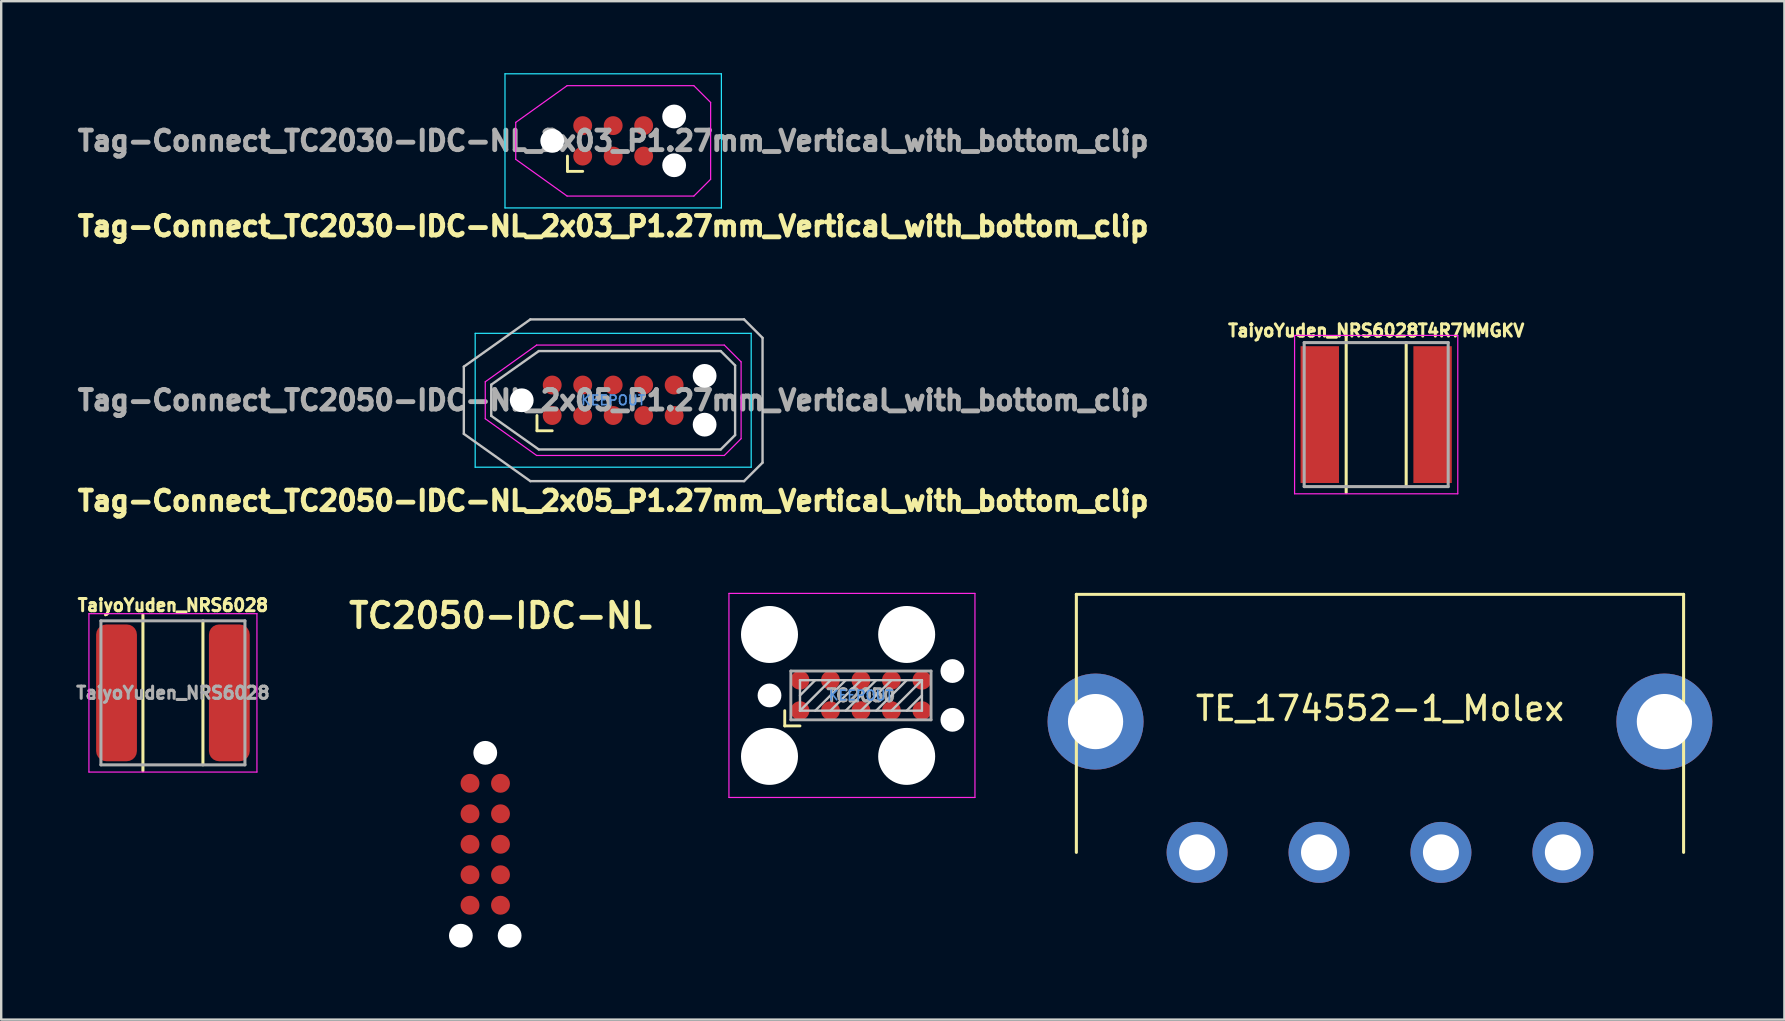
<source format=kicad_pcb>
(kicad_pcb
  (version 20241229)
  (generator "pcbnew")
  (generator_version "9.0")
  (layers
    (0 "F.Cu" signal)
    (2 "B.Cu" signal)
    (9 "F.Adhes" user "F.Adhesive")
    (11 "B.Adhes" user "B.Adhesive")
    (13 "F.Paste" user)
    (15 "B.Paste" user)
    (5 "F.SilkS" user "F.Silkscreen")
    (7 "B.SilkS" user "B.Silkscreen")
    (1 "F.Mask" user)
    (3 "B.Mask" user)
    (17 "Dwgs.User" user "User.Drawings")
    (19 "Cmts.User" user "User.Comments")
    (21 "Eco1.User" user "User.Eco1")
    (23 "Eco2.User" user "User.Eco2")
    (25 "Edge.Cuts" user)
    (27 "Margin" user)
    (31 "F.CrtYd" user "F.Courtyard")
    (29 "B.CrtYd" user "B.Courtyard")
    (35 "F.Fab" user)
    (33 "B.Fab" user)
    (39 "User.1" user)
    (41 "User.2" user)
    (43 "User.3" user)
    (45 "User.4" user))
  (footprint "TaiyoYuden_NRS6028T4R7MMGKV"
    (layer "F.Cu")
    (at 54.288 14.224)
    (property "Reference" "TaiyoYuden_NRS6028T4R7MMGKV" (at 0 -3.5 0) (layer "F.SilkS") (effects (font (size 0.508 0.5) (thickness 0.125))))
    (attr through_hole)
    (fp_line (start -1.25 -3.25) (end -1.25 3.25) (stroke (width 0.127) (type solid)) (layer "F.SilkS"))
    (fp_line (start 1.25 -3) (end 1.25 3) (stroke (width 0.127) (type solid)) (layer "F.SilkS"))
    (fp_line (start -3.4 -3.3) (end -3.4 3.3) (stroke (width 0.05) (type solid)) (layer "F.CrtYd"))
    (fp_line (start -3.4 -3.3) (end 3.4 -3.3) (stroke (width 0.05) (type solid)) (layer "F.CrtYd"))
    (fp_line (start -3.4 3.3) (end 3.4 3.3) (stroke (width 0.05) (type solid)) (layer "F.CrtYd"))
    (fp_line (start 3.4 3.3) (end 3.4 -3.3) (stroke (width 0.05) (type solid)) (layer "F.CrtYd"))
    (fp_line (start -3 -3) (end -3 3) (stroke (width 0.127) (type solid)) (layer "F.Fab"))
    (fp_line (start -3 -3) (end 3 -3) (stroke (width 0.127) (type solid)) (layer "F.Fab"))
    (fp_line (start -3 3) (end 3 3) (stroke (width 0.127) (type solid)) (layer "F.Fab"))
    (fp_line (start 3 3) (end 3 -3) (stroke (width 0.127) (type solid)) (layer "F.Fab"))
    (pad "1" smd rect (at -2.35 0) (size 1.6 5.7) (layers "F.Cu" "F.Mask" "F.Paste"))
    (pad "2" smd rect (at 2.35 0) (size 1.6 5.7) (layers "F.Cu" "F.Mask" "F.Paste")))
  (footprint "Tag-Connect_TC2030-IDC-NL_2x03_P1.27mm_Vertical_with_bottom_clip"
    (layer "F.Cu")
    (at 22.498 2.819)
    (property "Reference" "Tag-Connect_TC2030-IDC-NL_2x03_P1.27mm_Vertical_with_bottom_clip" (at 0 0 0) (layer "F.Fab") (effects (font (size 0.813 0.813) (thickness 0.203) (bold yes))))
    (property "Value" "Tag-Connect_TC2030-IDC-NL_2x03_P1.27mm_Vertical_with_bottom_clip" (at 0 1.27 0) (layer "F.Fab") (hide yes) (effects (font (size 0.813 0.813) (thickness 0.203) (bold yes))))
    (attr exclude_from_pos_files exclude_from_bom)
    (fp_line (start -1.905 1.27) (end -1.905 0.635) (stroke (width 0.12) (type solid)) (layer "F.SilkS"))
    (fp_line (start -1.27 1.27) (end -1.905 1.27) (stroke (width 0.12) (type solid)) (layer "F.SilkS"))
    (fp_line (start -4.508 -2.794) (end 4.508 -2.794) (stroke (width 0.05) (type solid)) (layer "B.CrtYd"))
    (fp_line (start -4.508 2.794) (end -4.508 -2.794) (stroke (width 0.05) (type solid)) (layer "B.CrtYd"))
    (fp_line (start 4.508 -2.794) (end 4.508 2.794) (stroke (width 0.05) (type solid)) (layer "B.CrtYd"))
    (fp_line (start 4.508 2.794) (end -4.508 2.794) (stroke (width 0.05) (type solid)) (layer "B.CrtYd"))
    (fp_line (start -4.06 -0.77) (end -1.92 -2.3) (stroke (width 0.05) (type solid)) (layer "F.CrtYd"))
    (fp_line (start -4.06 0.77) (end -4.06 -0.77) (stroke (width 0.05) (type solid)) (layer "F.CrtYd"))
    (fp_line (start -1.92 -2.3) (end 3.36 -2.3) (stroke (width 0.05) (type solid)) (layer "F.CrtYd"))
    (fp_line (start -1.92 2.3) (end -4.06 0.77) (stroke (width 0.05) (type solid)) (layer "F.CrtYd"))
    (fp_line (start 3.36 -2.3) (end 4.06 -1.6) (stroke (width 0.05) (type solid)) (layer "F.CrtYd"))
    (fp_line (start 3.36 2.3) (end -1.92 2.3) (stroke (width 0.05) (type solid)) (layer "F.CrtYd"))
    (fp_line (start 3.36 2.3) (end 4.06 1.6) (stroke (width 0.05) (type solid)) (layer "F.CrtYd"))
    (fp_line (start 4.06 -1.6) (end 4.06 1.6) (stroke (width 0.05) (type solid)) (layer "F.CrtYd"))
    (fp_text user "${VALUE}" (at 0 3.556 0) (layer "F.SilkS") (effects (font (size 0.813 0.813) (thickness 0.203) (bold yes))))
    (pad "" np_thru_hole circle (at -2.54 0) (size 0.991 0.991) (drill 0.991) (layers "*.Cu" "*.Mask"))
    (pad "" np_thru_hole circle (at 2.54 -1.016) (size 0.991 0.991) (drill 0.991) (layers "*.Cu" "*.Mask"))
    (pad "" np_thru_hole circle (at 2.54 1.016) (size 0.991 0.991) (drill 0.991) (layers "*.Cu" "*.Mask"))
    (pad "1" connect circle (at -1.27 0.635) (size 0.787 0.787) (layers "F.Cu" "F.Mask"))
    (pad "2" connect circle (at 0 0.635) (size 0.787 0.787) (layers "F.Cu" "F.Mask"))
    (pad "3" connect circle (at 1.27 0.635) (size 0.787 0.787) (layers "F.Cu" "F.Mask"))
    (pad "4" connect circle (at 1.27 -0.635) (size 0.787 0.787) (layers "F.Cu" "F.Mask"))
    (pad "5" connect circle (at 0 -0.635) (size 0.787 0.787) (layers "F.Cu" "F.Mask"))
    (pad "6" connect circle (at -1.27 -0.635) (size 0.787 0.787) (layers "F.Cu" "F.Mask"))
    (zone (net_name "") (layer "F.Cu") (hatch full 0.508) (connect_pads) (min_thickness 0.254) (filled_areas_thickness no) (keepout (tracks allowed) (vias not_allowed) (pads allowed) (copperpour not_allowed) (footprints not_allowed)) (placement (enabled no)) (fill) (polygon (pts (xy 21.101 3.581) (xy 23.895 3.581) (xy 23.895 2.057) (xy 21.101 2.057)))))
  (footprint "TC2050"
    (layer "F.Cu")
    (at 32.821 25.925)
    (property "Reference" "TC2050" (at 0 0 0) (layer "F.Fab") (effects (font (size 0.508 0.508) (thickness 0.127))))
    (attr exclude_from_pos_files exclude_from_bom)
    (fp_line (start -3.175 1.27) (end -3.175 0.635) (stroke (width 0.12) (type solid)) (layer "F.SilkS"))
    (fp_line (start -2.54 1.27) (end -3.175 1.27) (stroke (width 0.12) (type solid)) (layer "F.SilkS"))
    (fp_line (start -2.54 -0.635) (end 2.54 -0.635) (stroke (width 0.1) (type solid)) (layer "Dwgs.User"))
    (fp_line (start -2.54 0) (end -1.905 -0.635) (stroke (width 0.1) (type solid)) (layer "Dwgs.User"))
    (fp_line (start -2.54 0.635) (end -2.54 -0.635) (stroke (width 0.1) (type solid)) (layer "Dwgs.User"))
    (fp_line (start -2.54 0.635) (end -1.27 -0.635) (stroke (width 0.1) (type solid)) (layer "Dwgs.User"))
    (fp_line (start -1.905 0.635) (end -0.635 -0.635) (stroke (width 0.1) (type solid)) (layer "Dwgs.User"))
    (fp_line (start -1.27 0.635) (end 0 -0.635) (stroke (width 0.1) (type solid)) (layer "Dwgs.User"))
    (fp_line (start -0.635 0.635) (end 0.635 -0.635) (stroke (width 0.1) (type solid)) (layer "Dwgs.User"))
    (fp_line (start 0 0.635) (end 1.27 -0.635) (stroke (width 0.1) (type solid)) (layer "Dwgs.User"))
    (fp_line (start 0.635 0.635) (end 1.905 -0.635) (stroke (width 0.1) (type solid)) (layer "Dwgs.User"))
    (fp_line (start 1.27 0.635) (end 2.54 -0.635) (stroke (width 0.1) (type solid)) (layer "Dwgs.User"))
    (fp_line (start 1.905 0.635) (end 2.54 0) (stroke (width 0.1) (type solid)) (layer "Dwgs.User"))
    (fp_line (start 2.54 -0.635) (end 2.54 0.635) (stroke (width 0.1) (type solid)) (layer "Dwgs.User"))
    (fp_line (start 2.54 0.635) (end -2.54 0.635) (stroke (width 0.1) (type solid)) (layer "Dwgs.User"))
    (fp_line (start -5.5 -4.25) (end 4.75 -4.25) (stroke (width 0.05) (type solid)) (layer "F.CrtYd"))
    (fp_line (start -5.5 4.25) (end -5.5 -4.25) (stroke (width 0.05) (type solid)) (layer "F.CrtYd"))
    (fp_line (start 4.75 -4.25) (end 4.75 4.25) (stroke (width 0.05) (type solid)) (layer "F.CrtYd"))
    (fp_line (start 4.75 4.25) (end -5.5 4.25) (stroke (width 0.05) (type solid)) (layer "F.CrtYd"))
    (fp_line (start -2.921 -1.016) (end 2.921 -1.016) (stroke (width 0.12) (type solid)) (layer "F.Fab"))
    (fp_line (start -2.921 1.016) (end -2.921 -1.016) (stroke (width 0.12) (type solid)) (layer "F.Fab"))
    (fp_line (start 2.921 -1.016) (end 2.921 1.016) (stroke (width 0.12) (type solid)) (layer "F.Fab"))
    (fp_line (start 2.921 1.016) (end -2.921 1.016) (stroke (width 0.12) (type solid)) (layer "F.Fab"))
    (fp_text user "KEEPOUT" (at 0 0 0) (layer "Cmts.User") (effects (font (size 0.4 0.4) (thickness 0.07))))
    (pad "" np_thru_hole circle (at -3.81 -2.54) (size 2.375 2.375) (drill 2.375) (layers "*.Cu" "*.Mask"))
    (pad "" np_thru_hole circle (at -3.81 0) (size 0.991 0.991) (drill 0.991) (layers "*.Cu" "*.Mask"))
    (pad "" np_thru_hole circle (at -3.81 2.54) (size 2.375 2.375) (drill 2.375) (layers "*.Cu" "*.Mask"))
    (pad "" np_thru_hole circle (at 1.905 -2.54) (size 2.375 2.375) (drill 2.375) (layers "*.Cu" "*.Mask"))
    (pad "" np_thru_hole circle (at 1.905 2.54) (size 2.375 2.375) (drill 2.375) (layers "*.Cu" "*.Mask"))
    (pad "" np_thru_hole circle (at 3.81 -1.016) (size 0.991 0.991) (drill 0.991) (layers "*.Cu" "*.Mask"))
    (pad "" np_thru_hole circle (at 3.81 1.016) (size 0.991 0.991) (drill 0.991) (layers "*.Cu" "*.Mask"))
    (pad "1" connect circle (at -2.54 0.635) (size 0.787 0.787) (layers "F.Cu" "F.Mask"))
    (pad "2" connect circle (at -1.27 0.635) (size 0.787 0.787) (layers "F.Cu" "F.Mask"))
    (pad "3" connect circle (at 0 0.635) (size 0.787 0.787) (layers "F.Cu" "F.Mask"))
    (pad "4" connect circle (at 1.27 0.635) (size 0.787 0.787) (layers "F.Cu" "F.Mask"))
    (pad "5" connect circle (at 2.54 0.635) (size 0.787 0.787) (layers "F.Cu" "F.Mask"))
    (pad "6" connect circle (at 2.54 -0.635) (size 0.787 0.787) (layers "F.Cu" "F.Mask"))
    (pad "7" connect circle (at 1.27 -0.635) (size 0.787 0.787) (layers "F.Cu" "F.Mask"))
    (pad "8" connect circle (at 0 -0.635) (size 0.787 0.787) (layers "F.Cu" "F.Mask"))
    (pad "9" connect circle (at -1.27 -0.635) (size 0.787 0.787) (layers "F.Cu" "F.Mask"))
    (pad "10" connect circle (at -2.54 -0.635) (size 0.787 0.787) (layers "F.Cu" "F.Mask")))
  (footprint "Tag-Connect_TC2050-IDC-NL_2x05_P1.27mm_Vertical_with_bottom_clip"
    (layer "F.Cu")
    (at 22.498 13.627)
    (property "Reference" "Tag-Connect_TC2050-IDC-NL_2x05_P1.27mm_Vertical_with_bottom_clip" (at 0 0 0) (layer "F.Fab") (effects (font (size 0.813 0.813) (thickness 0.203) (bold yes))))
    (property "Value" "Tag-Connect_TC2050-IDC-NL_2x05_P1.27mm_Vertical_with_bottom_clip" (at 0 1.27 0) (layer "F.Fab") (hide yes) (effects (font (size 0.813 0.813) (thickness 0.203) (bold yes))))
    (attr exclude_from_pos_files exclude_from_bom)
    (fp_line (start -3.175 1.27) (end -3.175 0.635) (stroke (width 0.12) (type solid)) (layer "F.SilkS"))
    (fp_line (start -2.54 1.27) (end -3.175 1.27) (stroke (width 0.12) (type solid)) (layer "F.SilkS"))
    (fp_line (start -6.223 -1.4) (end -3.45 -3.37) (stroke (width 0.1) (type solid)) (layer "Dwgs.User"))
    (fp_line (start -6.223 1.4) (end -6.223 -1.4) (stroke (width 0.1) (type solid)) (layer "Dwgs.User"))
    (fp_line (start -6.223 1.4) (end -3.45 3.37) (stroke (width 0.1) (type solid)) (layer "Dwgs.User"))
    (fp_line (start -5.08 -0.65) (end -3.1 -2.05) (stroke (width 0.1) (type solid)) (layer "Dwgs.User"))
    (fp_line (start -5.08 0.65) (end -5.08 -0.65) (stroke (width 0.1) (type solid)) (layer "Dwgs.User"))
    (fp_line (start -3.45 -3.37) (end 5.453 -3.37) (stroke (width 0.1) (type solid)) (layer "Dwgs.User"))
    (fp_line (start -3.1 -2.05) (end 4.48 -2.05) (stroke (width 0.1) (type solid)) (layer "Dwgs.User"))
    (fp_line (start -3.1 2.05) (end -5.08 0.65) (stroke (width 0.1) (type solid)) (layer "Dwgs.User"))
    (fp_line (start 4.48 -2.05) (end 5.08 -1.45) (stroke (width 0.1) (type solid)) (layer "Dwgs.User"))
    (fp_line (start 4.48 2.05) (end -3.1 2.05) (stroke (width 0.1) (type solid)) (layer "Dwgs.User"))
    (fp_line (start 4.48 2.05) (end 5.08 1.45) (stroke (width 0.1) (type solid)) (layer "Dwgs.User"))
    (fp_line (start 5.08 -1.45) (end 5.08 1.45) (stroke (width 0.1) (type solid)) (layer "Dwgs.User"))
    (fp_line (start 5.453 -3.37) (end 6.223 -2.6) (stroke (width 0.1) (type solid)) (layer "Dwgs.User"))
    (fp_line (start 5.453 3.37) (end -3.45 3.37) (stroke (width 0.1) (type solid)) (layer "Dwgs.User"))
    (fp_line (start 5.453 3.37) (end 6.223 2.6) (stroke (width 0.1) (type solid)) (layer "Dwgs.User"))
    (fp_line (start 6.223 -2.6) (end 6.223 2.6) (stroke (width 0.1) (type solid)) (layer "Dwgs.User"))
    (fp_line (start -5.75 -2.79) (end 5.75 -2.79) (stroke (width 0.05) (type solid)) (layer "B.CrtYd"))
    (fp_line (start -5.75 2.79) (end -5.75 -2.79) (stroke (width 0.05) (type solid)) (layer "B.CrtYd"))
    (fp_line (start 5.75 -2.79) (end 5.75 2.79) (stroke (width 0.05) (type solid)) (layer "B.CrtYd"))
    (fp_line (start 5.75 2.79) (end -5.75 2.79) (stroke (width 0.05) (type solid)) (layer "B.CrtYd"))
    (fp_line (start -5.33 -0.77) (end -3.19 -2.3) (stroke (width 0.05) (type solid)) (layer "F.CrtYd"))
    (fp_line (start -5.33 0.77) (end -5.33 -0.77) (stroke (width 0.05) (type solid)) (layer "F.CrtYd"))
    (fp_line (start -3.19 -2.3) (end 4.63 -2.3) (stroke (width 0.05) (type solid)) (layer "F.CrtYd"))
    (fp_line (start -3.19 2.3) (end -5.33 0.77) (stroke (width 0.05) (type solid)) (layer "F.CrtYd"))
    (fp_line (start 4.63 -2.3) (end 5.33 -1.6) (stroke (width 0.05) (type solid)) (layer "F.CrtYd"))
    (fp_line (start 4.63 2.3) (end -3.19 2.3) (stroke (width 0.05) (type solid)) (layer "F.CrtYd"))
    (fp_line (start 4.63 2.3) (end 5.33 1.6) (stroke (width 0.05) (type solid)) (layer "F.CrtYd"))
    (fp_line (start 5.33 -1.6) (end 5.33 1.6) (stroke (width 0.05) (type solid)) (layer "F.CrtYd"))
    (fp_text user "${VALUE}" (at 0 4.191 0) (layer "F.SilkS") (effects (font (size 0.813 0.813) (thickness 0.203) (bold yes))))
    (fp_text user "KEEPOUT" (at 0 0 0) (layer "Cmts.User") (effects (font (size 0.4 0.4) (thickness 0.07))))
    (pad "" np_thru_hole circle (at -3.81 0) (size 0.991 0.991) (drill 0.991) (layers "*.Cu" "*.Mask"))
    (pad "" np_thru_hole circle (at 3.81 -1.016) (size 0.991 0.991) (drill 0.991) (layers "*.Cu" "*.Mask"))
    (pad "" np_thru_hole circle (at 3.81 1.016) (size 0.991 0.991) (drill 0.991) (layers "*.Cu" "*.Mask"))
    (pad "1" connect circle (at -2.54 0.635) (size 0.787 0.787) (layers "F.Cu" "F.Mask"))
    (pad "2" connect circle (at -1.27 0.635) (size 0.787 0.787) (layers "F.Cu" "F.Mask"))
    (pad "3" connect circle (at 0 0.635) (size 0.787 0.787) (layers "F.Cu" "F.Mask"))
    (pad "4" connect circle (at 1.27 0.635) (size 0.787 0.787) (layers "F.Cu" "F.Mask"))
    (pad "5" connect circle (at 2.54 0.635) (size 0.787 0.787) (layers "F.Cu" "F.Mask"))
    (pad "6" connect circle (at 2.54 -0.635) (size 0.787 0.787) (layers "F.Cu" "F.Mask"))
    (pad "7" connect circle (at 1.27 -0.635) (size 0.787 0.787) (layers "F.Cu" "F.Mask"))
    (pad "8" connect circle (at 0 -0.635) (size 0.787 0.787) (layers "F.Cu" "F.Mask"))
    (pad "9" connect circle (at -1.27 -0.635) (size 0.787 0.787) (layers "F.Cu" "F.Mask"))
    (pad "10" connect circle (at -2.54 -0.635) (size 0.787 0.787) (layers "F.Cu" "F.Mask"))
    (zone (net_name "") (layer "F.Cu") (hatch full 0.508) (connect_pads) (min_thickness 0.254) (filled_areas_thickness no) (keepout (tracks allowed) (vias not_allowed) (pads allowed) (copperpour not_allowed) (footprints not_allowed)) (placement (enabled no)) (fill) (polygon (pts (xy 19.958 14.262) (xy 25.038 14.262) (xy 25.038 12.992) (xy 19.958 12.992)))))
  (footprint "TE_174552-1_Molex"
    (layer "F.Cu")
    (at 54.446 32.464)
    (property "Reference" "TE_174552-1_Molex" (at 0 -5.995 0) (layer "F.SilkS") (effects (font (size 1 1) (thickness 0.15))))
    (attr through_hole)
    (fp_line (start -12.65 -10.75) (end -12.65 0) (stroke (width 0.127) (type solid)) (layer "F.SilkS"))
    (fp_line (start -12.65 -10.75) (end 12.65 -10.75) (stroke (width 0.127) (type solid)) (layer "F.SilkS"))
    (fp_line (start 12.65 -10.75) (end 12.65 0) (stroke (width 0.127) (type solid)) (layer "F.SilkS"))
    (pad "1" thru_hole circle (at -7.62 0) (size 2.54 2.54) (drill 1.5) (layers "*.Cu" "*.Mask"))
    (pad "2" thru_hole circle (at -2.54 0) (size 2.54 2.54) (drill 1.5) (layers "*.Cu" "*.Mask"))
    (pad "3" thru_hole circle (at 2.54 0) (size 2.54 2.54) (drill 1.5) (layers "*.Cu" "*.Mask"))
    (pad "4" thru_hole circle (at 7.62 0) (size 2.54 2.54) (drill 1.5) (layers "*.Cu" "*.Mask"))
    (pad "5" thru_hole circle (at -11.85 -5.45) (size 4 4) (drill 2.3) (layers "*.Cu" "*.Mask"))
    (pad "5" thru_hole circle (at 11.85 -5.45) (size 4 4) (drill 2.3) (layers "*.Cu" "*.Mask")))
  (footprint "TC2050-IDC-NL"
    (layer "F.Cu")
    (at 17.168 32.126)
    (property "Reference" "TC2050-IDC-NL" (at 0.635 -9.525 0) (layer "F.SilkS") (effects (font (size 1.016 1.016) (thickness 0.203))))
    (attr through_hole)
    (pad "" np_thru_hole circle (at -1.016 3.81) (size 0.991 0.991) (drill 0.991) (layers "*.Cu" "*.Mask"))
    (pad "" np_thru_hole circle (at 0 -3.81) (size 0.991 0.991) (drill 0.991) (layers "*.Cu" "*.Mask"))
    (pad "" np_thru_hole circle (at 1.016 3.81) (size 0.991 0.991) (drill 0.991) (layers "*.Cu" "*.Mask"))
    (pad "1" smd circle (at -0.635 -2.54) (size 0.787 0.787) (layers "F.Cu" "F.Mask" "F.Paste"))
    (pad "2" smd circle (at -0.635 -1.27) (size 0.787 0.787) (layers "F.Cu" "F.Mask" "F.Paste"))
    (pad "3" smd circle (at -0.635 0) (size 0.787 0.787) (layers "F.Cu" "F.Mask" "F.Paste"))
    (pad "4" smd circle (at -0.635 1.27) (size 0.787 0.787) (layers "F.Cu" "F.Mask" "F.Paste"))
    (pad "5" smd circle (at -0.635 2.54) (size 0.787 0.787) (layers "F.Cu" "F.Mask" "F.Paste"))
    (pad "6" smd circle (at 0.635 2.54) (size 0.787 0.787) (layers "F.Cu" "F.Mask" "F.Paste"))
    (pad "7" smd circle (at 0.635 1.27) (size 0.787 0.787) (layers "F.Cu" "F.Mask" "F.Paste"))
    (pad "8" smd circle (at 0.635 0) (size 0.787 0.787) (layers "F.Cu" "F.Mask" "F.Paste"))
    (pad "9" smd circle (at 0.635 -1.27) (size 0.787 0.787) (layers "F.Cu" "F.Mask" "F.Paste"))
    (pad "10" smd circle (at 0.635 -2.54) (size 0.787 0.787) (layers "F.Cu" "F.Mask" "F.Paste")))
  (footprint "TaiyoYuden_NRS6028"
    (layer "F.Cu")
    (at 4.155 25.817)
    (property "Reference" "TaiyoYuden_NRS6028" (at 0 -3.65 0) (layer "F.SilkS") (effects (font (size 0.508 0.5) (thickness 0.125))))
    (attr through_hole)
    (fp_line (start -1.25 -3.25) (end -1.25 3.25) (stroke (width 0.127) (type solid)) (layer "F.SilkS"))
    (fp_line (start 1.25 -3) (end 1.25 3) (stroke (width 0.127) (type solid)) (layer "F.SilkS"))
    (fp_line (start -3.5 -3.3) (end -3.5 3.3) (stroke (width 0.05) (type solid)) (layer "F.CrtYd"))
    (fp_line (start -3.5 -3.3) (end 3.5 -3.3) (stroke (width 0.05) (type solid)) (layer "F.CrtYd"))
    (fp_line (start -3.5 3.3) (end 3.5 3.3) (stroke (width 0.05) (type solid)) (layer "F.CrtYd"))
    (fp_line (start 3.5 3.3) (end 3.5 -3.3) (stroke (width 0.05) (type solid)) (layer "F.CrtYd"))
    (fp_line (start -3 -3) (end -3 3) (stroke (width 0.127) (type solid)) (layer "F.Fab"))
    (fp_line (start -3 -3) (end 3 -3) (stroke (width 0.127) (type solid)) (layer "F.Fab"))
    (fp_line (start -3 3) (end 3 3) (stroke (width 0.127) (type solid)) (layer "F.Fab"))
    (fp_line (start 3 3) (end 3 -3) (stroke (width 0.127) (type solid)) (layer "F.Fab"))
    (fp_text user "${REFERENCE}" (at 0 0 0) (layer "F.Fab") (effects (font (size 0.508 0.508) (thickness 0.127))))
    (pad "1" smd roundrect (at -2.35 0) (size 1.7 5.7) (layers "F.Cu" "F.Mask" "F.Paste") (roundrect_rratio 0.25))
    (pad "2" smd roundrect (at 2.35 0) (size 1.7 5.7) (layers "F.Cu" "F.Mask" "F.Paste") (roundrect_rratio 0.25)))
  (gr_rect
    (start -3 -3)
    (end 71.296 39.432)
    (stroke (width 0.1) (type default))
    (fill no)
    (layer "Edge.Cuts")))
</source>
